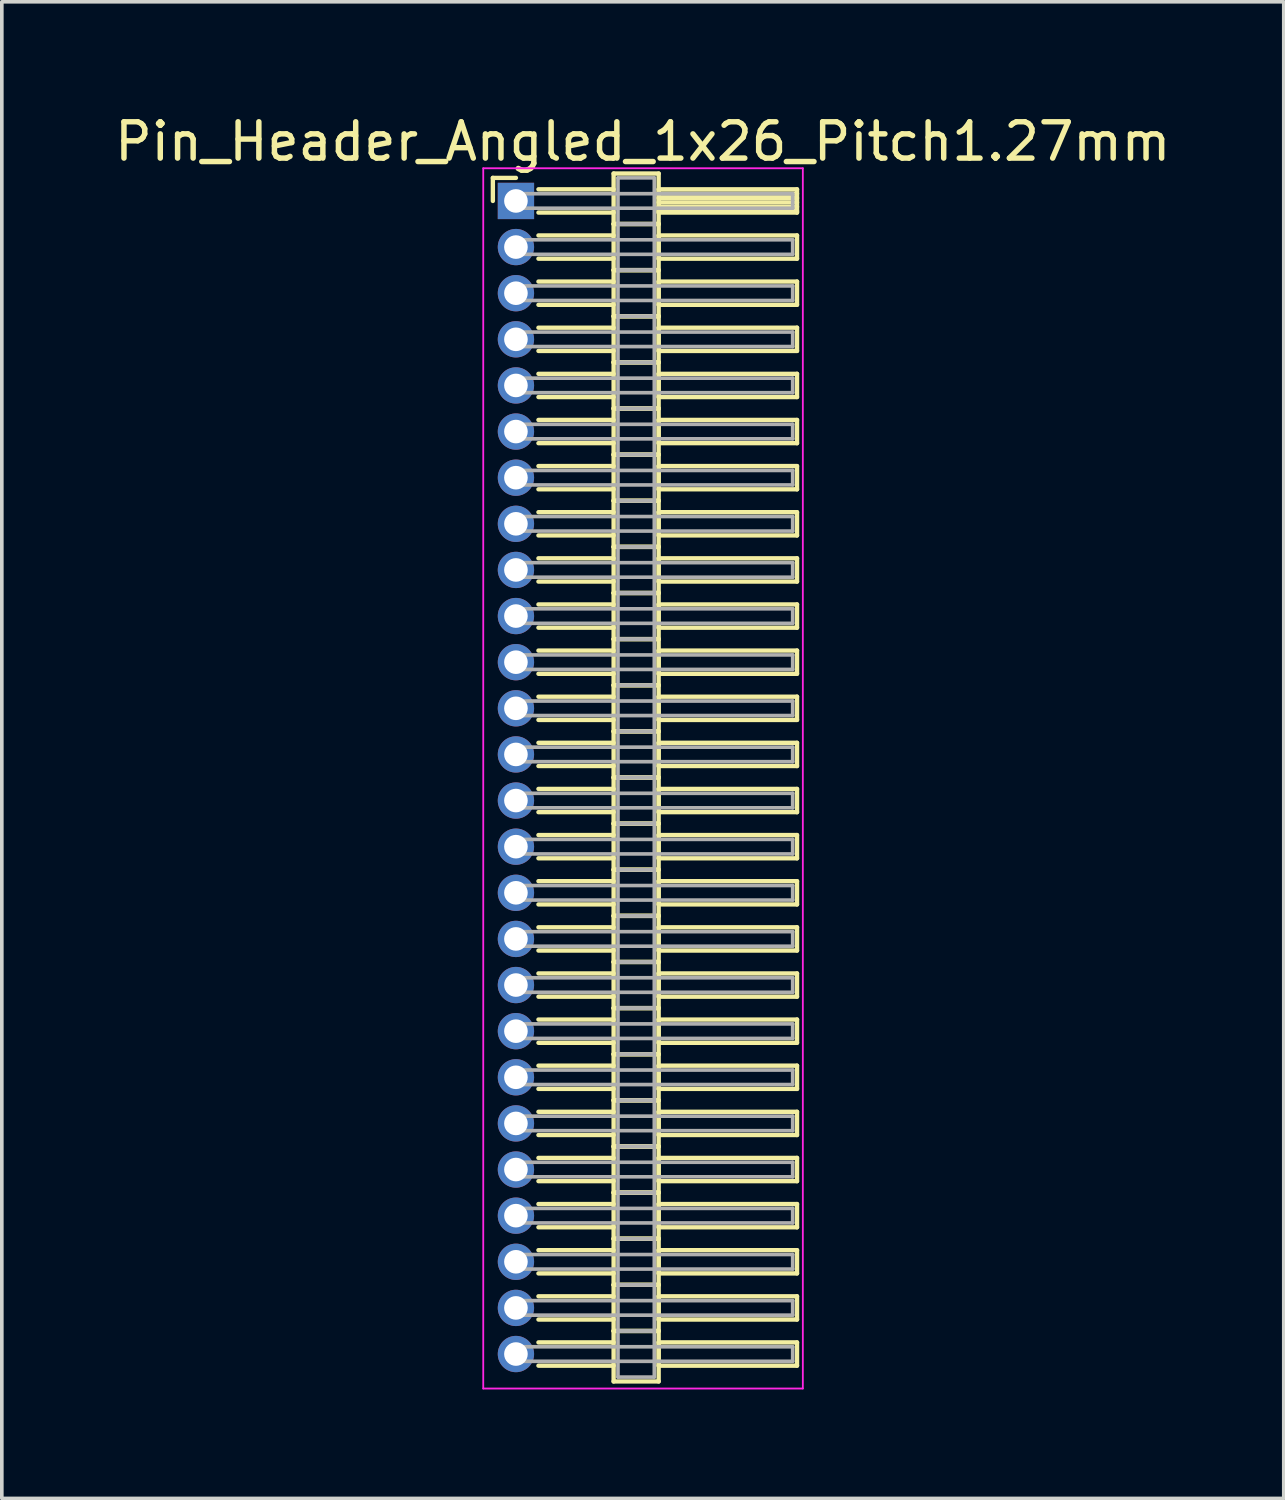
<source format=kicad_pcb>
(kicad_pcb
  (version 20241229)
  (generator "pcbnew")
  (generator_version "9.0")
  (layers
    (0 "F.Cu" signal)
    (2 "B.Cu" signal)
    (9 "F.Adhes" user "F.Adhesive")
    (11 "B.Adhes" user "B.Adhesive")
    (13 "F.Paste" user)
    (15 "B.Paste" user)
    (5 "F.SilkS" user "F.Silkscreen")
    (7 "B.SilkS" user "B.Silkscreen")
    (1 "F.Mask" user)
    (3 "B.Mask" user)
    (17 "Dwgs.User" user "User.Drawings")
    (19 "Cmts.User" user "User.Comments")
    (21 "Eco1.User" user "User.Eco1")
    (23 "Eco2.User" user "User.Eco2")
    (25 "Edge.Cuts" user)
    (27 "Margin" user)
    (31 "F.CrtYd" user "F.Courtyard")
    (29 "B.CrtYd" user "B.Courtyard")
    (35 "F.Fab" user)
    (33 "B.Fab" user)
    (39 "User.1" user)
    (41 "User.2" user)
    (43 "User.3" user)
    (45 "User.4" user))
  (footprint "Pin_Header_Angled_1x26_Pitch1.27mm"
    (layer "F.Cu")
    (at 11.156 2.483)
    (property "Reference" "Pin_Header_Angled_1x26_Pitch1.27mm" (at 3.493 -1.635 0) (layer "F.SilkS") (effects (font (size 1 1) (thickness 0.15))))
    (attr through_hole)
    (fp_line (start -0.635 -0.635) (end 0 -0.635) (stroke (width 0.12) (type solid)) (layer "F.SilkS"))
    (fp_line (start -0.635 0) (end -0.635 -0.635) (stroke (width 0.12) (type solid)) (layer "F.SilkS"))
    (fp_line (start 0.62 -0.32) (end 2.69 -0.32) (stroke (width 0.12) (type solid)) (layer "F.SilkS"))
    (fp_line (start 0.62 0.32) (end 2.69 0.32) (stroke (width 0.12) (type solid)) (layer "F.SilkS"))
    (fp_line (start 0.62 0.95) (end 2.69 0.95) (stroke (width 0.12) (type solid)) (layer "F.SilkS"))
    (fp_line (start 0.62 1.59) (end 2.69 1.59) (stroke (width 0.12) (type solid)) (layer "F.SilkS"))
    (fp_line (start 0.62 2.22) (end 2.69 2.22) (stroke (width 0.12) (type solid)) (layer "F.SilkS"))
    (fp_line (start 0.62 2.86) (end 2.69 2.86) (stroke (width 0.12) (type solid)) (layer "F.SilkS"))
    (fp_line (start 0.62 3.49) (end 2.69 3.49) (stroke (width 0.12) (type solid)) (layer "F.SilkS"))
    (fp_line (start 0.62 4.13) (end 2.69 4.13) (stroke (width 0.12) (type solid)) (layer "F.SilkS"))
    (fp_line (start 0.62 4.76) (end 2.69 4.76) (stroke (width 0.12) (type solid)) (layer "F.SilkS"))
    (fp_line (start 0.62 5.4) (end 2.69 5.4) (stroke (width 0.12) (type solid)) (layer "F.SilkS"))
    (fp_line (start 0.62 6.03) (end 2.69 6.03) (stroke (width 0.12) (type solid)) (layer "F.SilkS"))
    (fp_line (start 0.62 6.67) (end 2.69 6.67) (stroke (width 0.12) (type solid)) (layer "F.SilkS"))
    (fp_line (start 0.62 7.3) (end 2.69 7.3) (stroke (width 0.12) (type solid)) (layer "F.SilkS"))
    (fp_line (start 0.62 7.94) (end 2.69 7.94) (stroke (width 0.12) (type solid)) (layer "F.SilkS"))
    (fp_line (start 0.62 8.57) (end 2.69 8.57) (stroke (width 0.12) (type solid)) (layer "F.SilkS"))
    (fp_line (start 0.62 9.21) (end 2.69 9.21) (stroke (width 0.12) (type solid)) (layer "F.SilkS"))
    (fp_line (start 0.62 9.84) (end 2.69 9.84) (stroke (width 0.12) (type solid)) (layer "F.SilkS"))
    (fp_line (start 0.62 10.48) (end 2.69 10.48) (stroke (width 0.12) (type solid)) (layer "F.SilkS"))
    (fp_line (start 0.62 11.11) (end 2.69 11.11) (stroke (width 0.12) (type solid)) (layer "F.SilkS"))
    (fp_line (start 0.62 11.75) (end 2.69 11.75) (stroke (width 0.12) (type solid)) (layer "F.SilkS"))
    (fp_line (start 0.62 12.38) (end 2.69 12.38) (stroke (width 0.12) (type solid)) (layer "F.SilkS"))
    (fp_line (start 0.62 13.02) (end 2.69 13.02) (stroke (width 0.12) (type solid)) (layer "F.SilkS"))
    (fp_line (start 0.62 13.65) (end 2.69 13.65) (stroke (width 0.12) (type solid)) (layer "F.SilkS"))
    (fp_line (start 0.62 14.29) (end 2.69 14.29) (stroke (width 0.12) (type solid)) (layer "F.SilkS"))
    (fp_line (start 0.62 14.92) (end 2.69 14.92) (stroke (width 0.12) (type solid)) (layer "F.SilkS"))
    (fp_line (start 0.62 15.56) (end 2.69 15.56) (stroke (width 0.12) (type solid)) (layer "F.SilkS"))
    (fp_line (start 0.62 16.19) (end 2.69 16.19) (stroke (width 0.12) (type solid)) (layer "F.SilkS"))
    (fp_line (start 0.62 16.83) (end 2.69 16.83) (stroke (width 0.12) (type solid)) (layer "F.SilkS"))
    (fp_line (start 0.62 17.46) (end 2.69 17.46) (stroke (width 0.12) (type solid)) (layer "F.SilkS"))
    (fp_line (start 0.62 18.1) (end 2.69 18.1) (stroke (width 0.12) (type solid)) (layer "F.SilkS"))
    (fp_line (start 0.62 18.73) (end 2.69 18.73) (stroke (width 0.12) (type solid)) (layer "F.SilkS"))
    (fp_line (start 0.62 19.37) (end 2.69 19.37) (stroke (width 0.12) (type solid)) (layer "F.SilkS"))
    (fp_line (start 0.62 20) (end 2.69 20) (stroke (width 0.12) (type solid)) (layer "F.SilkS"))
    (fp_line (start 0.62 20.64) (end 2.69 20.64) (stroke (width 0.12) (type solid)) (layer "F.SilkS"))
    (fp_line (start 0.62 21.27) (end 2.69 21.27) (stroke (width 0.12) (type solid)) (layer "F.SilkS"))
    (fp_line (start 0.62 21.91) (end 2.69 21.91) (stroke (width 0.12) (type solid)) (layer "F.SilkS"))
    (fp_line (start 0.62 22.54) (end 2.69 22.54) (stroke (width 0.12) (type solid)) (layer "F.SilkS"))
    (fp_line (start 0.62 23.18) (end 2.69 23.18) (stroke (width 0.12) (type solid)) (layer "F.SilkS"))
    (fp_line (start 0.62 23.81) (end 2.69 23.81) (stroke (width 0.12) (type solid)) (layer "F.SilkS"))
    (fp_line (start 0.62 24.45) (end 2.69 24.45) (stroke (width 0.12) (type solid)) (layer "F.SilkS"))
    (fp_line (start 0.62 25.08) (end 2.69 25.08) (stroke (width 0.12) (type solid)) (layer "F.SilkS"))
    (fp_line (start 0.62 25.72) (end 2.69 25.72) (stroke (width 0.12) (type solid)) (layer "F.SilkS"))
    (fp_line (start 0.62 26.35) (end 2.69 26.35) (stroke (width 0.12) (type solid)) (layer "F.SilkS"))
    (fp_line (start 0.62 26.99) (end 2.69 26.99) (stroke (width 0.12) (type solid)) (layer "F.SilkS"))
    (fp_line (start 0.62 27.62) (end 2.69 27.62) (stroke (width 0.12) (type solid)) (layer "F.SilkS"))
    (fp_line (start 0.62 28.26) (end 2.69 28.26) (stroke (width 0.12) (type solid)) (layer "F.SilkS"))
    (fp_line (start 0.62 28.89) (end 2.69 28.89) (stroke (width 0.12) (type solid)) (layer "F.SilkS"))
    (fp_line (start 0.62 29.53) (end 2.69 29.53) (stroke (width 0.12) (type solid)) (layer "F.SilkS"))
    (fp_line (start 0.62 30.16) (end 2.69 30.16) (stroke (width 0.12) (type solid)) (layer "F.SilkS"))
    (fp_line (start 0.62 30.8) (end 2.69 30.8) (stroke (width 0.12) (type solid)) (layer "F.SilkS"))
    (fp_line (start 0.62 31.43) (end 2.69 31.43) (stroke (width 0.12) (type solid)) (layer "F.SilkS"))
    (fp_line (start 0.62 32.07) (end 2.69 32.07) (stroke (width 0.12) (type solid)) (layer "F.SilkS"))
    (fp_line (start 2.69 -0.755) (end 2.69 0.635) (stroke (width 0.12) (type solid)) (layer "F.SilkS"))
    (fp_line (start 2.69 0.635) (end 2.69 1.905) (stroke (width 0.12) (type solid)) (layer "F.SilkS"))
    (fp_line (start 2.69 0.635) (end 3.93 0.635) (stroke (width 0.12) (type solid)) (layer "F.SilkS"))
    (fp_line (start 2.69 1.905) (end 2.69 3.175) (stroke (width 0.12) (type solid)) (layer "F.SilkS"))
    (fp_line (start 2.69 1.905) (end 3.93 1.905) (stroke (width 0.12) (type solid)) (layer "F.SilkS"))
    (fp_line (start 2.69 3.175) (end 2.69 4.445) (stroke (width 0.12) (type solid)) (layer "F.SilkS"))
    (fp_line (start 2.69 3.175) (end 3.93 3.175) (stroke (width 0.12) (type solid)) (layer "F.SilkS"))
    (fp_line (start 2.69 4.445) (end 2.69 5.715) (stroke (width 0.12) (type solid)) (layer "F.SilkS"))
    (fp_line (start 2.69 4.445) (end 3.93 4.445) (stroke (width 0.12) (type solid)) (layer "F.SilkS"))
    (fp_line (start 2.69 5.715) (end 2.69 6.985) (stroke (width 0.12) (type solid)) (layer "F.SilkS"))
    (fp_line (start 2.69 5.715) (end 3.93 5.715) (stroke (width 0.12) (type solid)) (layer "F.SilkS"))
    (fp_line (start 2.69 6.985) (end 2.69 8.255) (stroke (width 0.12) (type solid)) (layer "F.SilkS"))
    (fp_line (start 2.69 6.985) (end 3.93 6.985) (stroke (width 0.12) (type solid)) (layer "F.SilkS"))
    (fp_line (start 2.69 8.255) (end 2.69 9.525) (stroke (width 0.12) (type solid)) (layer "F.SilkS"))
    (fp_line (start 2.69 8.255) (end 3.93 8.255) (stroke (width 0.12) (type solid)) (layer "F.SilkS"))
    (fp_line (start 2.69 9.525) (end 2.69 10.795) (stroke (width 0.12) (type solid)) (layer "F.SilkS"))
    (fp_line (start 2.69 9.525) (end 3.93 9.525) (stroke (width 0.12) (type solid)) (layer "F.SilkS"))
    (fp_line (start 2.69 10.795) (end 2.69 12.065) (stroke (width 0.12) (type solid)) (layer "F.SilkS"))
    (fp_line (start 2.69 10.795) (end 3.93 10.795) (stroke (width 0.12) (type solid)) (layer "F.SilkS"))
    (fp_line (start 2.69 12.065) (end 2.69 13.335) (stroke (width 0.12) (type solid)) (layer "F.SilkS"))
    (fp_line (start 2.69 12.065) (end 3.93 12.065) (stroke (width 0.12) (type solid)) (layer "F.SilkS"))
    (fp_line (start 2.69 13.335) (end 2.69 14.605) (stroke (width 0.12) (type solid)) (layer "F.SilkS"))
    (fp_line (start 2.69 13.335) (end 3.93 13.335) (stroke (width 0.12) (type solid)) (layer "F.SilkS"))
    (fp_line (start 2.69 14.605) (end 2.69 15.875) (stroke (width 0.12) (type solid)) (layer "F.SilkS"))
    (fp_line (start 2.69 14.605) (end 3.93 14.605) (stroke (width 0.12) (type solid)) (layer "F.SilkS"))
    (fp_line (start 2.69 15.875) (end 2.69 17.145) (stroke (width 0.12) (type solid)) (layer "F.SilkS"))
    (fp_line (start 2.69 15.875) (end 3.93 15.875) (stroke (width 0.12) (type solid)) (layer "F.SilkS"))
    (fp_line (start 2.69 17.145) (end 2.69 18.415) (stroke (width 0.12) (type solid)) (layer "F.SilkS"))
    (fp_line (start 2.69 17.145) (end 3.93 17.145) (stroke (width 0.12) (type solid)) (layer "F.SilkS"))
    (fp_line (start 2.69 18.415) (end 2.69 19.685) (stroke (width 0.12) (type solid)) (layer "F.SilkS"))
    (fp_line (start 2.69 18.415) (end 3.93 18.415) (stroke (width 0.12) (type solid)) (layer "F.SilkS"))
    (fp_line (start 2.69 19.685) (end 2.69 20.955) (stroke (width 0.12) (type solid)) (layer "F.SilkS"))
    (fp_line (start 2.69 19.685) (end 3.93 19.685) (stroke (width 0.12) (type solid)) (layer "F.SilkS"))
    (fp_line (start 2.69 20.955) (end 2.69 22.225) (stroke (width 0.12) (type solid)) (layer "F.SilkS"))
    (fp_line (start 2.69 20.955) (end 3.93 20.955) (stroke (width 0.12) (type solid)) (layer "F.SilkS"))
    (fp_line (start 2.69 22.225) (end 2.69 23.495) (stroke (width 0.12) (type solid)) (layer "F.SilkS"))
    (fp_line (start 2.69 22.225) (end 3.93 22.225) (stroke (width 0.12) (type solid)) (layer "F.SilkS"))
    (fp_line (start 2.69 23.495) (end 2.69 24.765) (stroke (width 0.12) (type solid)) (layer "F.SilkS"))
    (fp_line (start 2.69 23.495) (end 3.93 23.495) (stroke (width 0.12) (type solid)) (layer "F.SilkS"))
    (fp_line (start 2.69 24.765) (end 2.69 26.035) (stroke (width 0.12) (type solid)) (layer "F.SilkS"))
    (fp_line (start 2.69 24.765) (end 3.93 24.765) (stroke (width 0.12) (type solid)) (layer "F.SilkS"))
    (fp_line (start 2.69 26.035) (end 2.69 27.305) (stroke (width 0.12) (type solid)) (layer "F.SilkS"))
    (fp_line (start 2.69 26.035) (end 3.93 26.035) (stroke (width 0.12) (type solid)) (layer "F.SilkS"))
    (fp_line (start 2.69 27.305) (end 2.69 28.575) (stroke (width 0.12) (type solid)) (layer "F.SilkS"))
    (fp_line (start 2.69 27.305) (end 3.93 27.305) (stroke (width 0.12) (type solid)) (layer "F.SilkS"))
    (fp_line (start 2.69 28.575) (end 2.69 29.845) (stroke (width 0.12) (type solid)) (layer "F.SilkS"))
    (fp_line (start 2.69 28.575) (end 3.93 28.575) (stroke (width 0.12) (type solid)) (layer "F.SilkS"))
    (fp_line (start 2.69 29.845) (end 2.69 31.115) (stroke (width 0.12) (type solid)) (layer "F.SilkS"))
    (fp_line (start 2.69 29.845) (end 3.93 29.845) (stroke (width 0.12) (type solid)) (layer "F.SilkS"))
    (fp_line (start 2.69 31.115) (end 2.69 32.505) (stroke (width 0.12) (type solid)) (layer "F.SilkS"))
    (fp_line (start 2.69 31.115) (end 3.93 31.115) (stroke (width 0.12) (type solid)) (layer "F.SilkS"))
    (fp_line (start 2.69 32.505) (end 3.93 32.505) (stroke (width 0.12) (type solid)) (layer "F.SilkS"))
    (fp_line (start 3.93 -0.755) (end 2.69 -0.755) (stroke (width 0.12) (type solid)) (layer "F.SilkS"))
    (fp_line (start 3.93 -0.32) (end 3.93 0.32) (stroke (width 0.12) (type solid)) (layer "F.SilkS"))
    (fp_line (start 3.93 -0.2) (end 7.74 -0.2) (stroke (width 0.12) (type solid)) (layer "F.SilkS"))
    (fp_line (start 3.93 -0.08) (end 7.74 -0.08) (stroke (width 0.12) (type solid)) (layer "F.SilkS"))
    (fp_line (start 3.93 0.04) (end 7.74 0.04) (stroke (width 0.12) (type solid)) (layer "F.SilkS"))
    (fp_line (start 3.93 0.16) (end 7.74 0.16) (stroke (width 0.12) (type solid)) (layer "F.SilkS"))
    (fp_line (start 3.93 0.28) (end 7.74 0.28) (stroke (width 0.12) (type solid)) (layer "F.SilkS"))
    (fp_line (start 3.93 0.32) (end 7.74 0.32) (stroke (width 0.12) (type solid)) (layer "F.SilkS"))
    (fp_line (start 3.93 0.635) (end 2.69 0.635) (stroke (width 0.12) (type solid)) (layer "F.SilkS"))
    (fp_line (start 3.93 0.635) (end 3.93 -0.755) (stroke (width 0.12) (type solid)) (layer "F.SilkS"))
    (fp_line (start 3.93 0.95) (end 3.93 1.59) (stroke (width 0.12) (type solid)) (layer "F.SilkS"))
    (fp_line (start 3.93 1.59) (end 7.74 1.59) (stroke (width 0.12) (type solid)) (layer "F.SilkS"))
    (fp_line (start 3.93 1.905) (end 2.69 1.905) (stroke (width 0.12) (type solid)) (layer "F.SilkS"))
    (fp_line (start 3.93 1.905) (end 3.93 0.635) (stroke (width 0.12) (type solid)) (layer "F.SilkS"))
    (fp_line (start 3.93 2.22) (end 3.93 2.86) (stroke (width 0.12) (type solid)) (layer "F.SilkS"))
    (fp_line (start 3.93 2.86) (end 7.74 2.86) (stroke (width 0.12) (type solid)) (layer "F.SilkS"))
    (fp_line (start 3.93 3.175) (end 2.69 3.175) (stroke (width 0.12) (type solid)) (layer "F.SilkS"))
    (fp_line (start 3.93 3.175) (end 3.93 1.905) (stroke (width 0.12) (type solid)) (layer "F.SilkS"))
    (fp_line (start 3.93 3.49) (end 3.93 4.13) (stroke (width 0.12) (type solid)) (layer "F.SilkS"))
    (fp_line (start 3.93 4.13) (end 7.74 4.13) (stroke (width 0.12) (type solid)) (layer "F.SilkS"))
    (fp_line (start 3.93 4.445) (end 2.69 4.445) (stroke (width 0.12) (type solid)) (layer "F.SilkS"))
    (fp_line (start 3.93 4.445) (end 3.93 3.175) (stroke (width 0.12) (type solid)) (layer "F.SilkS"))
    (fp_line (start 3.93 4.76) (end 3.93 5.4) (stroke (width 0.12) (type solid)) (layer "F.SilkS"))
    (fp_line (start 3.93 5.4) (end 7.74 5.4) (stroke (width 0.12) (type solid)) (layer "F.SilkS"))
    (fp_line (start 3.93 5.715) (end 2.69 5.715) (stroke (width 0.12) (type solid)) (layer "F.SilkS"))
    (fp_line (start 3.93 5.715) (end 3.93 4.445) (stroke (width 0.12) (type solid)) (layer "F.SilkS"))
    (fp_line (start 3.93 6.03) (end 3.93 6.67) (stroke (width 0.12) (type solid)) (layer "F.SilkS"))
    (fp_line (start 3.93 6.67) (end 7.74 6.67) (stroke (width 0.12) (type solid)) (layer "F.SilkS"))
    (fp_line (start 3.93 6.985) (end 2.69 6.985) (stroke (width 0.12) (type solid)) (layer "F.SilkS"))
    (fp_line (start 3.93 6.985) (end 3.93 5.715) (stroke (width 0.12) (type solid)) (layer "F.SilkS"))
    (fp_line (start 3.93 7.3) (end 3.93 7.94) (stroke (width 0.12) (type solid)) (layer "F.SilkS"))
    (fp_line (start 3.93 7.94) (end 7.74 7.94) (stroke (width 0.12) (type solid)) (layer "F.SilkS"))
    (fp_line (start 3.93 8.255) (end 2.69 8.255) (stroke (width 0.12) (type solid)) (layer "F.SilkS"))
    (fp_line (start 3.93 8.255) (end 3.93 6.985) (stroke (width 0.12) (type solid)) (layer "F.SilkS"))
    (fp_line (start 3.93 8.57) (end 3.93 9.21) (stroke (width 0.12) (type solid)) (layer "F.SilkS"))
    (fp_line (start 3.93 9.21) (end 7.74 9.21) (stroke (width 0.12) (type solid)) (layer "F.SilkS"))
    (fp_line (start 3.93 9.525) (end 2.69 9.525) (stroke (width 0.12) (type solid)) (layer "F.SilkS"))
    (fp_line (start 3.93 9.525) (end 3.93 8.255) (stroke (width 0.12) (type solid)) (layer "F.SilkS"))
    (fp_line (start 3.93 9.84) (end 3.93 10.48) (stroke (width 0.12) (type solid)) (layer "F.SilkS"))
    (fp_line (start 3.93 10.48) (end 7.74 10.48) (stroke (width 0.12) (type solid)) (layer "F.SilkS"))
    (fp_line (start 3.93 10.795) (end 2.69 10.795) (stroke (width 0.12) (type solid)) (layer "F.SilkS"))
    (fp_line (start 3.93 10.795) (end 3.93 9.525) (stroke (width 0.12) (type solid)) (layer "F.SilkS"))
    (fp_line (start 3.93 11.11) (end 3.93 11.75) (stroke (width 0.12) (type solid)) (layer "F.SilkS"))
    (fp_line (start 3.93 11.75) (end 7.74 11.75) (stroke (width 0.12) (type solid)) (layer "F.SilkS"))
    (fp_line (start 3.93 12.065) (end 2.69 12.065) (stroke (width 0.12) (type solid)) (layer "F.SilkS"))
    (fp_line (start 3.93 12.065) (end 3.93 10.795) (stroke (width 0.12) (type solid)) (layer "F.SilkS"))
    (fp_line (start 3.93 12.38) (end 3.93 13.02) (stroke (width 0.12) (type solid)) (layer "F.SilkS"))
    (fp_line (start 3.93 13.02) (end 7.74 13.02) (stroke (width 0.12) (type solid)) (layer "F.SilkS"))
    (fp_line (start 3.93 13.335) (end 2.69 13.335) (stroke (width 0.12) (type solid)) (layer "F.SilkS"))
    (fp_line (start 3.93 13.335) (end 3.93 12.065) (stroke (width 0.12) (type solid)) (layer "F.SilkS"))
    (fp_line (start 3.93 13.65) (end 3.93 14.29) (stroke (width 0.12) (type solid)) (layer "F.SilkS"))
    (fp_line (start 3.93 14.29) (end 7.74 14.29) (stroke (width 0.12) (type solid)) (layer "F.SilkS"))
    (fp_line (start 3.93 14.605) (end 2.69 14.605) (stroke (width 0.12) (type solid)) (layer "F.SilkS"))
    (fp_line (start 3.93 14.605) (end 3.93 13.335) (stroke (width 0.12) (type solid)) (layer "F.SilkS"))
    (fp_line (start 3.93 14.92) (end 3.93 15.56) (stroke (width 0.12) (type solid)) (layer "F.SilkS"))
    (fp_line (start 3.93 15.56) (end 7.74 15.56) (stroke (width 0.12) (type solid)) (layer "F.SilkS"))
    (fp_line (start 3.93 15.875) (end 2.69 15.875) (stroke (width 0.12) (type solid)) (layer "F.SilkS"))
    (fp_line (start 3.93 15.875) (end 3.93 14.605) (stroke (width 0.12) (type solid)) (layer "F.SilkS"))
    (fp_line (start 3.93 16.19) (end 3.93 16.83) (stroke (width 0.12) (type solid)) (layer "F.SilkS"))
    (fp_line (start 3.93 16.83) (end 7.74 16.83) (stroke (width 0.12) (type solid)) (layer "F.SilkS"))
    (fp_line (start 3.93 17.145) (end 2.69 17.145) (stroke (width 0.12) (type solid)) (layer "F.SilkS"))
    (fp_line (start 3.93 17.145) (end 3.93 15.875) (stroke (width 0.12) (type solid)) (layer "F.SilkS"))
    (fp_line (start 3.93 17.46) (end 3.93 18.1) (stroke (width 0.12) (type solid)) (layer "F.SilkS"))
    (fp_line (start 3.93 18.1) (end 7.74 18.1) (stroke (width 0.12) (type solid)) (layer "F.SilkS"))
    (fp_line (start 3.93 18.415) (end 2.69 18.415) (stroke (width 0.12) (type solid)) (layer "F.SilkS"))
    (fp_line (start 3.93 18.415) (end 3.93 17.145) (stroke (width 0.12) (type solid)) (layer "F.SilkS"))
    (fp_line (start 3.93 18.73) (end 3.93 19.37) (stroke (width 0.12) (type solid)) (layer "F.SilkS"))
    (fp_line (start 3.93 19.37) (end 7.74 19.37) (stroke (width 0.12) (type solid)) (layer "F.SilkS"))
    (fp_line (start 3.93 19.685) (end 2.69 19.685) (stroke (width 0.12) (type solid)) (layer "F.SilkS"))
    (fp_line (start 3.93 19.685) (end 3.93 18.415) (stroke (width 0.12) (type solid)) (layer "F.SilkS"))
    (fp_line (start 3.93 20) (end 3.93 20.64) (stroke (width 0.12) (type solid)) (layer "F.SilkS"))
    (fp_line (start 3.93 20.64) (end 7.74 20.64) (stroke (width 0.12) (type solid)) (layer "F.SilkS"))
    (fp_line (start 3.93 20.955) (end 2.69 20.955) (stroke (width 0.12) (type solid)) (layer "F.SilkS"))
    (fp_line (start 3.93 20.955) (end 3.93 19.685) (stroke (width 0.12) (type solid)) (layer "F.SilkS"))
    (fp_line (start 3.93 21.27) (end 3.93 21.91) (stroke (width 0.12) (type solid)) (layer "F.SilkS"))
    (fp_line (start 3.93 21.91) (end 7.74 21.91) (stroke (width 0.12) (type solid)) (layer "F.SilkS"))
    (fp_line (start 3.93 22.225) (end 2.69 22.225) (stroke (width 0.12) (type solid)) (layer "F.SilkS"))
    (fp_line (start 3.93 22.225) (end 3.93 20.955) (stroke (width 0.12) (type solid)) (layer "F.SilkS"))
    (fp_line (start 3.93 22.54) (end 3.93 23.18) (stroke (width 0.12) (type solid)) (layer "F.SilkS"))
    (fp_line (start 3.93 23.18) (end 7.74 23.18) (stroke (width 0.12) (type solid)) (layer "F.SilkS"))
    (fp_line (start 3.93 23.495) (end 2.69 23.495) (stroke (width 0.12) (type solid)) (layer "F.SilkS"))
    (fp_line (start 3.93 23.495) (end 3.93 22.225) (stroke (width 0.12) (type solid)) (layer "F.SilkS"))
    (fp_line (start 3.93 23.81) (end 3.93 24.45) (stroke (width 0.12) (type solid)) (layer "F.SilkS"))
    (fp_line (start 3.93 24.45) (end 7.74 24.45) (stroke (width 0.12) (type solid)) (layer "F.SilkS"))
    (fp_line (start 3.93 24.765) (end 2.69 24.765) (stroke (width 0.12) (type solid)) (layer "F.SilkS"))
    (fp_line (start 3.93 24.765) (end 3.93 23.495) (stroke (width 0.12) (type solid)) (layer "F.SilkS"))
    (fp_line (start 3.93 25.08) (end 3.93 25.72) (stroke (width 0.12) (type solid)) (layer "F.SilkS"))
    (fp_line (start 3.93 25.72) (end 7.74 25.72) (stroke (width 0.12) (type solid)) (layer "F.SilkS"))
    (fp_line (start 3.93 26.035) (end 2.69 26.035) (stroke (width 0.12) (type solid)) (layer "F.SilkS"))
    (fp_line (start 3.93 26.035) (end 3.93 24.765) (stroke (width 0.12) (type solid)) (layer "F.SilkS"))
    (fp_line (start 3.93 26.35) (end 3.93 26.99) (stroke (width 0.12) (type solid)) (layer "F.SilkS"))
    (fp_line (start 3.93 26.99) (end 7.74 26.99) (stroke (width 0.12) (type solid)) (layer "F.SilkS"))
    (fp_line (start 3.93 27.305) (end 2.69 27.305) (stroke (width 0.12) (type solid)) (layer "F.SilkS"))
    (fp_line (start 3.93 27.305) (end 3.93 26.035) (stroke (width 0.12) (type solid)) (layer "F.SilkS"))
    (fp_line (start 3.93 27.62) (end 3.93 28.26) (stroke (width 0.12) (type solid)) (layer "F.SilkS"))
    (fp_line (start 3.93 28.26) (end 7.74 28.26) (stroke (width 0.12) (type solid)) (layer "F.SilkS"))
    (fp_line (start 3.93 28.575) (end 2.69 28.575) (stroke (width 0.12) (type solid)) (layer "F.SilkS"))
    (fp_line (start 3.93 28.575) (end 3.93 27.305) (stroke (width 0.12) (type solid)) (layer "F.SilkS"))
    (fp_line (start 3.93 28.89) (end 3.93 29.53) (stroke (width 0.12) (type solid)) (layer "F.SilkS"))
    (fp_line (start 3.93 29.53) (end 7.74 29.53) (stroke (width 0.12) (type solid)) (layer "F.SilkS"))
    (fp_line (start 3.93 29.845) (end 2.69 29.845) (stroke (width 0.12) (type solid)) (layer "F.SilkS"))
    (fp_line (start 3.93 29.845) (end 3.93 28.575) (stroke (width 0.12) (type solid)) (layer "F.SilkS"))
    (fp_line (start 3.93 30.16) (end 3.93 30.8) (stroke (width 0.12) (type solid)) (layer "F.SilkS"))
    (fp_line (start 3.93 30.8) (end 7.74 30.8) (stroke (width 0.12) (type solid)) (layer "F.SilkS"))
    (fp_line (start 3.93 31.115) (end 2.69 31.115) (stroke (width 0.12) (type solid)) (layer "F.SilkS"))
    (fp_line (start 3.93 31.115) (end 3.93 29.845) (stroke (width 0.12) (type solid)) (layer "F.SilkS"))
    (fp_line (start 3.93 31.43) (end 3.93 32.07) (stroke (width 0.12) (type solid)) (layer "F.SilkS"))
    (fp_line (start 3.93 32.07) (end 7.74 32.07) (stroke (width 0.12) (type solid)) (layer "F.SilkS"))
    (fp_line (start 3.93 32.505) (end 3.93 31.115) (stroke (width 0.12) (type solid)) (layer "F.SilkS"))
    (fp_line (start 7.74 -0.32) (end 3.93 -0.32) (stroke (width 0.12) (type solid)) (layer "F.SilkS"))
    (fp_line (start 7.74 0.32) (end 7.74 -0.32) (stroke (width 0.12) (type solid)) (layer "F.SilkS"))
    (fp_line (start 7.74 0.95) (end 3.93 0.95) (stroke (width 0.12) (type solid)) (layer "F.SilkS"))
    (fp_line (start 7.74 1.59) (end 7.74 0.95) (stroke (width 0.12) (type solid)) (layer "F.SilkS"))
    (fp_line (start 7.74 2.22) (end 3.93 2.22) (stroke (width 0.12) (type solid)) (layer "F.SilkS"))
    (fp_line (start 7.74 2.86) (end 7.74 2.22) (stroke (width 0.12) (type solid)) (layer "F.SilkS"))
    (fp_line (start 7.74 3.49) (end 3.93 3.49) (stroke (width 0.12) (type solid)) (layer "F.SilkS"))
    (fp_line (start 7.74 4.13) (end 7.74 3.49) (stroke (width 0.12) (type solid)) (layer "F.SilkS"))
    (fp_line (start 7.74 4.76) (end 3.93 4.76) (stroke (width 0.12) (type solid)) (layer "F.SilkS"))
    (fp_line (start 7.74 5.4) (end 7.74 4.76) (stroke (width 0.12) (type solid)) (layer "F.SilkS"))
    (fp_line (start 7.74 6.03) (end 3.93 6.03) (stroke (width 0.12) (type solid)) (layer "F.SilkS"))
    (fp_line (start 7.74 6.67) (end 7.74 6.03) (stroke (width 0.12) (type solid)) (layer "F.SilkS"))
    (fp_line (start 7.74 7.3) (end 3.93 7.3) (stroke (width 0.12) (type solid)) (layer "F.SilkS"))
    (fp_line (start 7.74 7.94) (end 7.74 7.3) (stroke (width 0.12) (type solid)) (layer "F.SilkS"))
    (fp_line (start 7.74 8.57) (end 3.93 8.57) (stroke (width 0.12) (type solid)) (layer "F.SilkS"))
    (fp_line (start 7.74 9.21) (end 7.74 8.57) (stroke (width 0.12) (type solid)) (layer "F.SilkS"))
    (fp_line (start 7.74 9.84) (end 3.93 9.84) (stroke (width 0.12) (type solid)) (layer "F.SilkS"))
    (fp_line (start 7.74 10.48) (end 7.74 9.84) (stroke (width 0.12) (type solid)) (layer "F.SilkS"))
    (fp_line (start 7.74 11.11) (end 3.93 11.11) (stroke (width 0.12) (type solid)) (layer "F.SilkS"))
    (fp_line (start 7.74 11.75) (end 7.74 11.11) (stroke (width 0.12) (type solid)) (layer "F.SilkS"))
    (fp_line (start 7.74 12.38) (end 3.93 12.38) (stroke (width 0.12) (type solid)) (layer "F.SilkS"))
    (fp_line (start 7.74 13.02) (end 7.74 12.38) (stroke (width 0.12) (type solid)) (layer "F.SilkS"))
    (fp_line (start 7.74 13.65) (end 3.93 13.65) (stroke (width 0.12) (type solid)) (layer "F.SilkS"))
    (fp_line (start 7.74 14.29) (end 7.74 13.65) (stroke (width 0.12) (type solid)) (layer "F.SilkS"))
    (fp_line (start 7.74 14.92) (end 3.93 14.92) (stroke (width 0.12) (type solid)) (layer "F.SilkS"))
    (fp_line (start 7.74 15.56) (end 7.74 14.92) (stroke (width 0.12) (type solid)) (layer "F.SilkS"))
    (fp_line (start 7.74 16.19) (end 3.93 16.19) (stroke (width 0.12) (type solid)) (layer "F.SilkS"))
    (fp_line (start 7.74 16.83) (end 7.74 16.19) (stroke (width 0.12) (type solid)) (layer "F.SilkS"))
    (fp_line (start 7.74 17.46) (end 3.93 17.46) (stroke (width 0.12) (type solid)) (layer "F.SilkS"))
    (fp_line (start 7.74 18.1) (end 7.74 17.46) (stroke (width 0.12) (type solid)) (layer "F.SilkS"))
    (fp_line (start 7.74 18.73) (end 3.93 18.73) (stroke (width 0.12) (type solid)) (layer "F.SilkS"))
    (fp_line (start 7.74 19.37) (end 7.74 18.73) (stroke (width 0.12) (type solid)) (layer "F.SilkS"))
    (fp_line (start 7.74 20) (end 3.93 20) (stroke (width 0.12) (type solid)) (layer "F.SilkS"))
    (fp_line (start 7.74 20.64) (end 7.74 20) (stroke (width 0.12) (type solid)) (layer "F.SilkS"))
    (fp_line (start 7.74 21.27) (end 3.93 21.27) (stroke (width 0.12) (type solid)) (layer "F.SilkS"))
    (fp_line (start 7.74 21.91) (end 7.74 21.27) (stroke (width 0.12) (type solid)) (layer "F.SilkS"))
    (fp_line (start 7.74 22.54) (end 3.93 22.54) (stroke (width 0.12) (type solid)) (layer "F.SilkS"))
    (fp_line (start 7.74 23.18) (end 7.74 22.54) (stroke (width 0.12) (type solid)) (layer "F.SilkS"))
    (fp_line (start 7.74 23.81) (end 3.93 23.81) (stroke (width 0.12) (type solid)) (layer "F.SilkS"))
    (fp_line (start 7.74 24.45) (end 7.74 23.81) (stroke (width 0.12) (type solid)) (layer "F.SilkS"))
    (fp_line (start 7.74 25.08) (end 3.93 25.08) (stroke (width 0.12) (type solid)) (layer "F.SilkS"))
    (fp_line (start 7.74 25.72) (end 7.74 25.08) (stroke (width 0.12) (type solid)) (layer "F.SilkS"))
    (fp_line (start 7.74 26.35) (end 3.93 26.35) (stroke (width 0.12) (type solid)) (layer "F.SilkS"))
    (fp_line (start 7.74 26.99) (end 7.74 26.35) (stroke (width 0.12) (type solid)) (layer "F.SilkS"))
    (fp_line (start 7.74 27.62) (end 3.93 27.62) (stroke (width 0.12) (type solid)) (layer "F.SilkS"))
    (fp_line (start 7.74 28.26) (end 7.74 27.62) (stroke (width 0.12) (type solid)) (layer "F.SilkS"))
    (fp_line (start 7.74 28.89) (end 3.93 28.89) (stroke (width 0.12) (type solid)) (layer "F.SilkS"))
    (fp_line (start 7.74 29.53) (end 7.74 28.89) (stroke (width 0.12) (type solid)) (layer "F.SilkS"))
    (fp_line (start 7.74 30.16) (end 3.93 30.16) (stroke (width 0.12) (type solid)) (layer "F.SilkS"))
    (fp_line (start 7.74 30.8) (end 7.74 30.16) (stroke (width 0.12) (type solid)) (layer "F.SilkS"))
    (fp_line (start 7.74 31.43) (end 3.93 31.43) (stroke (width 0.12) (type solid)) (layer "F.SilkS"))
    (fp_line (start 7.74 32.07) (end 7.74 31.43) (stroke (width 0.12) (type solid)) (layer "F.SilkS"))
    (fp_line (start -0.9 -0.9) (end -0.9 32.7) (stroke (width 0.05) (type solid)) (layer "F.CrtYd"))
    (fp_line (start -0.9 32.7) (end 7.9 32.7) (stroke (width 0.05) (type solid)) (layer "F.CrtYd"))
    (fp_line (start 7.9 -0.9) (end -0.9 -0.9) (stroke (width 0.05) (type solid)) (layer "F.CrtYd"))
    (fp_line (start 7.9 32.7) (end 7.9 -0.9) (stroke (width 0.05) (type solid)) (layer "F.CrtYd"))
    (fp_line (start 0 -0.2) (end 0 0.2) (stroke (width 0.1) (type solid)) (layer "F.Fab"))
    (fp_line (start 0 0.2) (end 7.62 0.2) (stroke (width 0.1) (type solid)) (layer "F.Fab"))
    (fp_line (start 0 1.07) (end 0 1.47) (stroke (width 0.1) (type solid)) (layer "F.Fab"))
    (fp_line (start 0 1.47) (end 7.62 1.47) (stroke (width 0.1) (type solid)) (layer "F.Fab"))
    (fp_line (start 0 2.34) (end 0 2.74) (stroke (width 0.1) (type solid)) (layer "F.Fab"))
    (fp_line (start 0 2.74) (end 7.62 2.74) (stroke (width 0.1) (type solid)) (layer "F.Fab"))
    (fp_line (start 0 3.61) (end 0 4.01) (stroke (width 0.1) (type solid)) (layer "F.Fab"))
    (fp_line (start 0 4.01) (end 7.62 4.01) (stroke (width 0.1) (type solid)) (layer "F.Fab"))
    (fp_line (start 0 4.88) (end 0 5.28) (stroke (width 0.1) (type solid)) (layer "F.Fab"))
    (fp_line (start 0 5.28) (end 7.62 5.28) (stroke (width 0.1) (type solid)) (layer "F.Fab"))
    (fp_line (start 0 6.15) (end 0 6.55) (stroke (width 0.1) (type solid)) (layer "F.Fab"))
    (fp_line (start 0 6.55) (end 7.62 6.55) (stroke (width 0.1) (type solid)) (layer "F.Fab"))
    (fp_line (start 0 7.42) (end 0 7.82) (stroke (width 0.1) (type solid)) (layer "F.Fab"))
    (fp_line (start 0 7.82) (end 7.62 7.82) (stroke (width 0.1) (type solid)) (layer "F.Fab"))
    (fp_line (start 0 8.69) (end 0 9.09) (stroke (width 0.1) (type solid)) (layer "F.Fab"))
    (fp_line (start 0 9.09) (end 7.62 9.09) (stroke (width 0.1) (type solid)) (layer "F.Fab"))
    (fp_line (start 0 9.96) (end 0 10.36) (stroke (width 0.1) (type solid)) (layer "F.Fab"))
    (fp_line (start 0 10.36) (end 7.62 10.36) (stroke (width 0.1) (type solid)) (layer "F.Fab"))
    (fp_line (start 0 11.23) (end 0 11.63) (stroke (width 0.1) (type solid)) (layer "F.Fab"))
    (fp_line (start 0 11.63) (end 7.62 11.63) (stroke (width 0.1) (type solid)) (layer "F.Fab"))
    (fp_line (start 0 12.5) (end 0 12.9) (stroke (width 0.1) (type solid)) (layer "F.Fab"))
    (fp_line (start 0 12.9) (end 7.62 12.9) (stroke (width 0.1) (type solid)) (layer "F.Fab"))
    (fp_line (start 0 13.77) (end 0 14.17) (stroke (width 0.1) (type solid)) (layer "F.Fab"))
    (fp_line (start 0 14.17) (end 7.62 14.17) (stroke (width 0.1) (type solid)) (layer "F.Fab"))
    (fp_line (start 0 15.04) (end 0 15.44) (stroke (width 0.1) (type solid)) (layer "F.Fab"))
    (fp_line (start 0 15.44) (end 7.62 15.44) (stroke (width 0.1) (type solid)) (layer "F.Fab"))
    (fp_line (start 0 16.31) (end 0 16.71) (stroke (width 0.1) (type solid)) (layer "F.Fab"))
    (fp_line (start 0 16.71) (end 7.62 16.71) (stroke (width 0.1) (type solid)) (layer "F.Fab"))
    (fp_line (start 0 17.58) (end 0 17.98) (stroke (width 0.1) (type solid)) (layer "F.Fab"))
    (fp_line (start 0 17.98) (end 7.62 17.98) (stroke (width 0.1) (type solid)) (layer "F.Fab"))
    (fp_line (start 0 18.85) (end 0 19.25) (stroke (width 0.1) (type solid)) (layer "F.Fab"))
    (fp_line (start 0 19.25) (end 7.62 19.25) (stroke (width 0.1) (type solid)) (layer "F.Fab"))
    (fp_line (start 0 20.12) (end 0 20.52) (stroke (width 0.1) (type solid)) (layer "F.Fab"))
    (fp_line (start 0 20.52) (end 7.62 20.52) (stroke (width 0.1) (type solid)) (layer "F.Fab"))
    (fp_line (start 0 21.39) (end 0 21.79) (stroke (width 0.1) (type solid)) (layer "F.Fab"))
    (fp_line (start 0 21.79) (end 7.62 21.79) (stroke (width 0.1) (type solid)) (layer "F.Fab"))
    (fp_line (start 0 22.66) (end 0 23.06) (stroke (width 0.1) (type solid)) (layer "F.Fab"))
    (fp_line (start 0 23.06) (end 7.62 23.06) (stroke (width 0.1) (type solid)) (layer "F.Fab"))
    (fp_line (start 0 23.93) (end 0 24.33) (stroke (width 0.1) (type solid)) (layer "F.Fab"))
    (fp_line (start 0 24.33) (end 7.62 24.33) (stroke (width 0.1) (type solid)) (layer "F.Fab"))
    (fp_line (start 0 25.2) (end 0 25.6) (stroke (width 0.1) (type solid)) (layer "F.Fab"))
    (fp_line (start 0 25.6) (end 7.62 25.6) (stroke (width 0.1) (type solid)) (layer "F.Fab"))
    (fp_line (start 0 26.47) (end 0 26.87) (stroke (width 0.1) (type solid)) (layer "F.Fab"))
    (fp_line (start 0 26.87) (end 7.62 26.87) (stroke (width 0.1) (type solid)) (layer "F.Fab"))
    (fp_line (start 0 27.74) (end 0 28.14) (stroke (width 0.1) (type solid)) (layer "F.Fab"))
    (fp_line (start 0 28.14) (end 7.62 28.14) (stroke (width 0.1) (type solid)) (layer "F.Fab"))
    (fp_line (start 0 29.01) (end 0 29.41) (stroke (width 0.1) (type solid)) (layer "F.Fab"))
    (fp_line (start 0 29.41) (end 7.62 29.41) (stroke (width 0.1) (type solid)) (layer "F.Fab"))
    (fp_line (start 0 30.28) (end 0 30.68) (stroke (width 0.1) (type solid)) (layer "F.Fab"))
    (fp_line (start 0 30.68) (end 7.62 30.68) (stroke (width 0.1) (type solid)) (layer "F.Fab"))
    (fp_line (start 0 31.55) (end 0 31.95) (stroke (width 0.1) (type solid)) (layer "F.Fab"))
    (fp_line (start 0 31.95) (end 7.62 31.95) (stroke (width 0.1) (type solid)) (layer "F.Fab"))
    (fp_line (start 2.81 -0.635) (end 2.81 0.635) (stroke (width 0.1) (type solid)) (layer "F.Fab"))
    (fp_line (start 2.81 0.635) (end 2.81 1.905) (stroke (width 0.1) (type solid)) (layer "F.Fab"))
    (fp_line (start 2.81 0.635) (end 3.81 0.635) (stroke (width 0.1) (type solid)) (layer "F.Fab"))
    (fp_line (start 2.81 1.905) (end 2.81 3.175) (stroke (width 0.1) (type solid)) (layer "F.Fab"))
    (fp_line (start 2.81 1.905) (end 3.81 1.905) (stroke (width 0.1) (type solid)) (layer "F.Fab"))
    (fp_line (start 2.81 3.175) (end 2.81 4.445) (stroke (width 0.1) (type solid)) (layer "F.Fab"))
    (fp_line (start 2.81 3.175) (end 3.81 3.175) (stroke (width 0.1) (type solid)) (layer "F.Fab"))
    (fp_line (start 2.81 4.445) (end 2.81 5.715) (stroke (width 0.1) (type solid)) (layer "F.Fab"))
    (fp_line (start 2.81 4.445) (end 3.81 4.445) (stroke (width 0.1) (type solid)) (layer "F.Fab"))
    (fp_line (start 2.81 5.715) (end 2.81 6.985) (stroke (width 0.1) (type solid)) (layer "F.Fab"))
    (fp_line (start 2.81 5.715) (end 3.81 5.715) (stroke (width 0.1) (type solid)) (layer "F.Fab"))
    (fp_line (start 2.81 6.985) (end 2.81 8.255) (stroke (width 0.1) (type solid)) (layer "F.Fab"))
    (fp_line (start 2.81 6.985) (end 3.81 6.985) (stroke (width 0.1) (type solid)) (layer "F.Fab"))
    (fp_line (start 2.81 8.255) (end 2.81 9.525) (stroke (width 0.1) (type solid)) (layer "F.Fab"))
    (fp_line (start 2.81 8.255) (end 3.81 8.255) (stroke (width 0.1) (type solid)) (layer "F.Fab"))
    (fp_line (start 2.81 9.525) (end 2.81 10.795) (stroke (width 0.1) (type solid)) (layer "F.Fab"))
    (fp_line (start 2.81 9.525) (end 3.81 9.525) (stroke (width 0.1) (type solid)) (layer "F.Fab"))
    (fp_line (start 2.81 10.795) (end 2.81 12.065) (stroke (width 0.1) (type solid)) (layer "F.Fab"))
    (fp_line (start 2.81 10.795) (end 3.81 10.795) (stroke (width 0.1) (type solid)) (layer "F.Fab"))
    (fp_line (start 2.81 12.065) (end 2.81 13.335) (stroke (width 0.1) (type solid)) (layer "F.Fab"))
    (fp_line (start 2.81 12.065) (end 3.81 12.065) (stroke (width 0.1) (type solid)) (layer "F.Fab"))
    (fp_line (start 2.81 13.335) (end 2.81 14.605) (stroke (width 0.1) (type solid)) (layer "F.Fab"))
    (fp_line (start 2.81 13.335) (end 3.81 13.335) (stroke (width 0.1) (type solid)) (layer "F.Fab"))
    (fp_line (start 2.81 14.605) (end 2.81 15.875) (stroke (width 0.1) (type solid)) (layer "F.Fab"))
    (fp_line (start 2.81 14.605) (end 3.81 14.605) (stroke (width 0.1) (type solid)) (layer "F.Fab"))
    (fp_line (start 2.81 15.875) (end 2.81 17.145) (stroke (width 0.1) (type solid)) (layer "F.Fab"))
    (fp_line (start 2.81 15.875) (end 3.81 15.875) (stroke (width 0.1) (type solid)) (layer "F.Fab"))
    (fp_line (start 2.81 17.145) (end 2.81 18.415) (stroke (width 0.1) (type solid)) (layer "F.Fab"))
    (fp_line (start 2.81 17.145) (end 3.81 17.145) (stroke (width 0.1) (type solid)) (layer "F.Fab"))
    (fp_line (start 2.81 18.415) (end 2.81 19.685) (stroke (width 0.1) (type solid)) (layer "F.Fab"))
    (fp_line (start 2.81 18.415) (end 3.81 18.415) (stroke (width 0.1) (type solid)) (layer "F.Fab"))
    (fp_line (start 2.81 19.685) (end 2.81 20.955) (stroke (width 0.1) (type solid)) (layer "F.Fab"))
    (fp_line (start 2.81 19.685) (end 3.81 19.685) (stroke (width 0.1) (type solid)) (layer "F.Fab"))
    (fp_line (start 2.81 20.955) (end 2.81 22.225) (stroke (width 0.1) (type solid)) (layer "F.Fab"))
    (fp_line (start 2.81 20.955) (end 3.81 20.955) (stroke (width 0.1) (type solid)) (layer "F.Fab"))
    (fp_line (start 2.81 22.225) (end 2.81 23.495) (stroke (width 0.1) (type solid)) (layer "F.Fab"))
    (fp_line (start 2.81 22.225) (end 3.81 22.225) (stroke (width 0.1) (type solid)) (layer "F.Fab"))
    (fp_line (start 2.81 23.495) (end 2.81 24.765) (stroke (width 0.1) (type solid)) (layer "F.Fab"))
    (fp_line (start 2.81 23.495) (end 3.81 23.495) (stroke (width 0.1) (type solid)) (layer "F.Fab"))
    (fp_line (start 2.81 24.765) (end 2.81 26.035) (stroke (width 0.1) (type solid)) (layer "F.Fab"))
    (fp_line (start 2.81 24.765) (end 3.81 24.765) (stroke (width 0.1) (type solid)) (layer "F.Fab"))
    (fp_line (start 2.81 26.035) (end 2.81 27.305) (stroke (width 0.1) (type solid)) (layer "F.Fab"))
    (fp_line (start 2.81 26.035) (end 3.81 26.035) (stroke (width 0.1) (type solid)) (layer "F.Fab"))
    (fp_line (start 2.81 27.305) (end 2.81 28.575) (stroke (width 0.1) (type solid)) (layer "F.Fab"))
    (fp_line (start 2.81 27.305) (end 3.81 27.305) (stroke (width 0.1) (type solid)) (layer "F.Fab"))
    (fp_line (start 2.81 28.575) (end 2.81 29.845) (stroke (width 0.1) (type solid)) (layer "F.Fab"))
    (fp_line (start 2.81 28.575) (end 3.81 28.575) (stroke (width 0.1) (type solid)) (layer "F.Fab"))
    (fp_line (start 2.81 29.845) (end 2.81 31.115) (stroke (width 0.1) (type solid)) (layer "F.Fab"))
    (fp_line (start 2.81 29.845) (end 3.81 29.845) (stroke (width 0.1) (type solid)) (layer "F.Fab"))
    (fp_line (start 2.81 31.115) (end 2.81 32.385) (stroke (width 0.1) (type solid)) (layer "F.Fab"))
    (fp_line (start 2.81 31.115) (end 3.81 31.115) (stroke (width 0.1) (type solid)) (layer "F.Fab"))
    (fp_line (start 2.81 32.385) (end 3.81 32.385) (stroke (width 0.1) (type solid)) (layer "F.Fab"))
    (fp_line (start 3.81 -0.635) (end 2.81 -0.635) (stroke (width 0.1) (type solid)) (layer "F.Fab"))
    (fp_line (start 3.81 0.635) (end 2.81 0.635) (stroke (width 0.1) (type solid)) (layer "F.Fab"))
    (fp_line (start 3.81 0.635) (end 3.81 -0.635) (stroke (width 0.1) (type solid)) (layer "F.Fab"))
    (fp_line (start 3.81 1.905) (end 2.81 1.905) (stroke (width 0.1) (type solid)) (layer "F.Fab"))
    (fp_line (start 3.81 1.905) (end 3.81 0.635) (stroke (width 0.1) (type solid)) (layer "F.Fab"))
    (fp_line (start 3.81 3.175) (end 2.81 3.175) (stroke (width 0.1) (type solid)) (layer "F.Fab"))
    (fp_line (start 3.81 3.175) (end 3.81 1.905) (stroke (width 0.1) (type solid)) (layer "F.Fab"))
    (fp_line (start 3.81 4.445) (end 2.81 4.445) (stroke (width 0.1) (type solid)) (layer "F.Fab"))
    (fp_line (start 3.81 4.445) (end 3.81 3.175) (stroke (width 0.1) (type solid)) (layer "F.Fab"))
    (fp_line (start 3.81 5.715) (end 2.81 5.715) (stroke (width 0.1) (type solid)) (layer "F.Fab"))
    (fp_line (start 3.81 5.715) (end 3.81 4.445) (stroke (width 0.1) (type solid)) (layer "F.Fab"))
    (fp_line (start 3.81 6.985) (end 2.81 6.985) (stroke (width 0.1) (type solid)) (layer "F.Fab"))
    (fp_line (start 3.81 6.985) (end 3.81 5.715) (stroke (width 0.1) (type solid)) (layer "F.Fab"))
    (fp_line (start 3.81 8.255) (end 2.81 8.255) (stroke (width 0.1) (type solid)) (layer "F.Fab"))
    (fp_line (start 3.81 8.255) (end 3.81 6.985) (stroke (width 0.1) (type solid)) (layer "F.Fab"))
    (fp_line (start 3.81 9.525) (end 2.81 9.525) (stroke (width 0.1) (type solid)) (layer "F.Fab"))
    (fp_line (start 3.81 9.525) (end 3.81 8.255) (stroke (width 0.1) (type solid)) (layer "F.Fab"))
    (fp_line (start 3.81 10.795) (end 2.81 10.795) (stroke (width 0.1) (type solid)) (layer "F.Fab"))
    (fp_line (start 3.81 10.795) (end 3.81 9.525) (stroke (width 0.1) (type solid)) (layer "F.Fab"))
    (fp_line (start 3.81 12.065) (end 2.81 12.065) (stroke (width 0.1) (type solid)) (layer "F.Fab"))
    (fp_line (start 3.81 12.065) (end 3.81 10.795) (stroke (width 0.1) (type solid)) (layer "F.Fab"))
    (fp_line (start 3.81 13.335) (end 2.81 13.335) (stroke (width 0.1) (type solid)) (layer "F.Fab"))
    (fp_line (start 3.81 13.335) (end 3.81 12.065) (stroke (width 0.1) (type solid)) (layer "F.Fab"))
    (fp_line (start 3.81 14.605) (end 2.81 14.605) (stroke (width 0.1) (type solid)) (layer "F.Fab"))
    (fp_line (start 3.81 14.605) (end 3.81 13.335) (stroke (width 0.1) (type solid)) (layer "F.Fab"))
    (fp_line (start 3.81 15.875) (end 2.81 15.875) (stroke (width 0.1) (type solid)) (layer "F.Fab"))
    (fp_line (start 3.81 15.875) (end 3.81 14.605) (stroke (width 0.1) (type solid)) (layer "F.Fab"))
    (fp_line (start 3.81 17.145) (end 2.81 17.145) (stroke (width 0.1) (type solid)) (layer "F.Fab"))
    (fp_line (start 3.81 17.145) (end 3.81 15.875) (stroke (width 0.1) (type solid)) (layer "F.Fab"))
    (fp_line (start 3.81 18.415) (end 2.81 18.415) (stroke (width 0.1) (type solid)) (layer "F.Fab"))
    (fp_line (start 3.81 18.415) (end 3.81 17.145) (stroke (width 0.1) (type solid)) (layer "F.Fab"))
    (fp_line (start 3.81 19.685) (end 2.81 19.685) (stroke (width 0.1) (type solid)) (layer "F.Fab"))
    (fp_line (start 3.81 19.685) (end 3.81 18.415) (stroke (width 0.1) (type solid)) (layer "F.Fab"))
    (fp_line (start 3.81 20.955) (end 2.81 20.955) (stroke (width 0.1) (type solid)) (layer "F.Fab"))
    (fp_line (start 3.81 20.955) (end 3.81 19.685) (stroke (width 0.1) (type solid)) (layer "F.Fab"))
    (fp_line (start 3.81 22.225) (end 2.81 22.225) (stroke (width 0.1) (type solid)) (layer "F.Fab"))
    (fp_line (start 3.81 22.225) (end 3.81 20.955) (stroke (width 0.1) (type solid)) (layer "F.Fab"))
    (fp_line (start 3.81 23.495) (end 2.81 23.495) (stroke (width 0.1) (type solid)) (layer "F.Fab"))
    (fp_line (start 3.81 23.495) (end 3.81 22.225) (stroke (width 0.1) (type solid)) (layer "F.Fab"))
    (fp_line (start 3.81 24.765) (end 2.81 24.765) (stroke (width 0.1) (type solid)) (layer "F.Fab"))
    (fp_line (start 3.81 24.765) (end 3.81 23.495) (stroke (width 0.1) (type solid)) (layer "F.Fab"))
    (fp_line (start 3.81 26.035) (end 2.81 26.035) (stroke (width 0.1) (type solid)) (layer "F.Fab"))
    (fp_line (start 3.81 26.035) (end 3.81 24.765) (stroke (width 0.1) (type solid)) (layer "F.Fab"))
    (fp_line (start 3.81 27.305) (end 2.81 27.305) (stroke (width 0.1) (type solid)) (layer "F.Fab"))
    (fp_line (start 3.81 27.305) (end 3.81 26.035) (stroke (width 0.1) (type solid)) (layer "F.Fab"))
    (fp_line (start 3.81 28.575) (end 2.81 28.575) (stroke (width 0.1) (type solid)) (layer "F.Fab"))
    (fp_line (start 3.81 28.575) (end 3.81 27.305) (stroke (width 0.1) (type solid)) (layer "F.Fab"))
    (fp_line (start 3.81 29.845) (end 2.81 29.845) (stroke (width 0.1) (type solid)) (layer "F.Fab"))
    (fp_line (start 3.81 29.845) (end 3.81 28.575) (stroke (width 0.1) (type solid)) (layer "F.Fab"))
    (fp_line (start 3.81 31.115) (end 2.81 31.115) (stroke (width 0.1) (type solid)) (layer "F.Fab"))
    (fp_line (start 3.81 31.115) (end 3.81 29.845) (stroke (width 0.1) (type solid)) (layer "F.Fab"))
    (fp_line (start 3.81 32.385) (end 3.81 31.115) (stroke (width 0.1) (type solid)) (layer "F.Fab"))
    (fp_line (start 7.62 -0.2) (end 0 -0.2) (stroke (width 0.1) (type solid)) (layer "F.Fab"))
    (fp_line (start 7.62 0.2) (end 7.62 -0.2) (stroke (width 0.1) (type solid)) (layer "F.Fab"))
    (fp_line (start 7.62 1.07) (end 0 1.07) (stroke (width 0.1) (type solid)) (layer "F.Fab"))
    (fp_line (start 7.62 1.47) (end 7.62 1.07) (stroke (width 0.1) (type solid)) (layer "F.Fab"))
    (fp_line (start 7.62 2.34) (end 0 2.34) (stroke (width 0.1) (type solid)) (layer "F.Fab"))
    (fp_line (start 7.62 2.74) (end 7.62 2.34) (stroke (width 0.1) (type solid)) (layer "F.Fab"))
    (fp_line (start 7.62 3.61) (end 0 3.61) (stroke (width 0.1) (type solid)) (layer "F.Fab"))
    (fp_line (start 7.62 4.01) (end 7.62 3.61) (stroke (width 0.1) (type solid)) (layer "F.Fab"))
    (fp_line (start 7.62 4.88) (end 0 4.88) (stroke (width 0.1) (type solid)) (layer "F.Fab"))
    (fp_line (start 7.62 5.28) (end 7.62 4.88) (stroke (width 0.1) (type solid)) (layer "F.Fab"))
    (fp_line (start 7.62 6.15) (end 0 6.15) (stroke (width 0.1) (type solid)) (layer "F.Fab"))
    (fp_line (start 7.62 6.55) (end 7.62 6.15) (stroke (width 0.1) (type solid)) (layer "F.Fab"))
    (fp_line (start 7.62 7.42) (end 0 7.42) (stroke (width 0.1) (type solid)) (layer "F.Fab"))
    (fp_line (start 7.62 7.82) (end 7.62 7.42) (stroke (width 0.1) (type solid)) (layer "F.Fab"))
    (fp_line (start 7.62 8.69) (end 0 8.69) (stroke (width 0.1) (type solid)) (layer "F.Fab"))
    (fp_line (start 7.62 9.09) (end 7.62 8.69) (stroke (width 0.1) (type solid)) (layer "F.Fab"))
    (fp_line (start 7.62 9.96) (end 0 9.96) (stroke (width 0.1) (type solid)) (layer "F.Fab"))
    (fp_line (start 7.62 10.36) (end 7.62 9.96) (stroke (width 0.1) (type solid)) (layer "F.Fab"))
    (fp_line (start 7.62 11.23) (end 0 11.23) (stroke (width 0.1) (type solid)) (layer "F.Fab"))
    (fp_line (start 7.62 11.63) (end 7.62 11.23) (stroke (width 0.1) (type solid)) (layer "F.Fab"))
    (fp_line (start 7.62 12.5) (end 0 12.5) (stroke (width 0.1) (type solid)) (layer "F.Fab"))
    (fp_line (start 7.62 12.9) (end 7.62 12.5) (stroke (width 0.1) (type solid)) (layer "F.Fab"))
    (fp_line (start 7.62 13.77) (end 0 13.77) (stroke (width 0.1) (type solid)) (layer "F.Fab"))
    (fp_line (start 7.62 14.17) (end 7.62 13.77) (stroke (width 0.1) (type solid)) (layer "F.Fab"))
    (fp_line (start 7.62 15.04) (end 0 15.04) (stroke (width 0.1) (type solid)) (layer "F.Fab"))
    (fp_line (start 7.62 15.44) (end 7.62 15.04) (stroke (width 0.1) (type solid)) (layer "F.Fab"))
    (fp_line (start 7.62 16.31) (end 0 16.31) (stroke (width 0.1) (type solid)) (layer "F.Fab"))
    (fp_line (start 7.62 16.71) (end 7.62 16.31) (stroke (width 0.1) (type solid)) (layer "F.Fab"))
    (fp_line (start 7.62 17.58) (end 0 17.58) (stroke (width 0.1) (type solid)) (layer "F.Fab"))
    (fp_line (start 7.62 17.98) (end 7.62 17.58) (stroke (width 0.1) (type solid)) (layer "F.Fab"))
    (fp_line (start 7.62 18.85) (end 0 18.85) (stroke (width 0.1) (type solid)) (layer "F.Fab"))
    (fp_line (start 7.62 19.25) (end 7.62 18.85) (stroke (width 0.1) (type solid)) (layer "F.Fab"))
    (fp_line (start 7.62 20.12) (end 0 20.12) (stroke (width 0.1) (type solid)) (layer "F.Fab"))
    (fp_line (start 7.62 20.52) (end 7.62 20.12) (stroke (width 0.1) (type solid)) (layer "F.Fab"))
    (fp_line (start 7.62 21.39) (end 0 21.39) (stroke (width 0.1) (type solid)) (layer "F.Fab"))
    (fp_line (start 7.62 21.79) (end 7.62 21.39) (stroke (width 0.1) (type solid)) (layer "F.Fab"))
    (fp_line (start 7.62 22.66) (end 0 22.66) (stroke (width 0.1) (type solid)) (layer "F.Fab"))
    (fp_line (start 7.62 23.06) (end 7.62 22.66) (stroke (width 0.1) (type solid)) (layer "F.Fab"))
    (fp_line (start 7.62 23.93) (end 0 23.93) (stroke (width 0.1) (type solid)) (layer "F.Fab"))
    (fp_line (start 7.62 24.33) (end 7.62 23.93) (stroke (width 0.1) (type solid)) (layer "F.Fab"))
    (fp_line (start 7.62 25.2) (end 0 25.2) (stroke (width 0.1) (type solid)) (layer "F.Fab"))
    (fp_line (start 7.62 25.6) (end 7.62 25.2) (stroke (width 0.1) (type solid)) (layer "F.Fab"))
    (fp_line (start 7.62 26.47) (end 0 26.47) (stroke (width 0.1) (type solid)) (layer "F.Fab"))
    (fp_line (start 7.62 26.87) (end 7.62 26.47) (stroke (width 0.1) (type solid)) (layer "F.Fab"))
    (fp_line (start 7.62 27.74) (end 0 27.74) (stroke (width 0.1) (type solid)) (layer "F.Fab"))
    (fp_line (start 7.62 28.14) (end 7.62 27.74) (stroke (width 0.1) (type solid)) (layer "F.Fab"))
    (fp_line (start 7.62 29.01) (end 0 29.01) (stroke (width 0.1) (type solid)) (layer "F.Fab"))
    (fp_line (start 7.62 29.41) (end 7.62 29.01) (stroke (width 0.1) (type solid)) (layer "F.Fab"))
    (fp_line (start 7.62 30.28) (end 0 30.28) (stroke (width 0.1) (type solid)) (layer "F.Fab"))
    (fp_line (start 7.62 30.68) (end 7.62 30.28) (stroke (width 0.1) (type solid)) (layer "F.Fab"))
    (fp_line (start 7.62 31.55) (end 0 31.55) (stroke (width 0.1) (type solid)) (layer "F.Fab"))
    (fp_line (start 7.62 31.95) (end 7.62 31.55) (stroke (width 0.1) (type solid)) (layer "F.Fab"))
    (pad "1" thru_hole rect (at 0 0) (size 1 1) (drill 0.65) (layers "*.Cu" "*.Mask"))
    (pad "2" thru_hole oval (at 0 1.27) (size 1 1) (drill 0.65) (layers "*.Cu" "*.Mask"))
    (pad "3" thru_hole oval (at 0 2.54) (size 1 1) (drill 0.65) (layers "*.Cu" "*.Mask"))
    (pad "4" thru_hole oval (at 0 3.81) (size 1 1) (drill 0.65) (layers "*.Cu" "*.Mask"))
    (pad "5" thru_hole oval (at 0 5.08) (size 1 1) (drill 0.65) (layers "*.Cu" "*.Mask"))
    (pad "6" thru_hole oval (at 0 6.35) (size 1 1) (drill 0.65) (layers "*.Cu" "*.Mask"))
    (pad "7" thru_hole oval (at 0 7.62) (size 1 1) (drill 0.65) (layers "*.Cu" "*.Mask"))
    (pad "8" thru_hole oval (at 0 8.89) (size 1 1) (drill 0.65) (layers "*.Cu" "*.Mask"))
    (pad "9" thru_hole oval (at 0 10.16) (size 1 1) (drill 0.65) (layers "*.Cu" "*.Mask"))
    (pad "10" thru_hole oval (at 0 11.43) (size 1 1) (drill 0.65) (layers "*.Cu" "*.Mask"))
    (pad "11" thru_hole oval (at 0 12.7) (size 1 1) (drill 0.65) (layers "*.Cu" "*.Mask"))
    (pad "12" thru_hole oval (at 0 13.97) (size 1 1) (drill 0.65) (layers "*.Cu" "*.Mask"))
    (pad "13" thru_hole oval (at 0 15.24) (size 1 1) (drill 0.65) (layers "*.Cu" "*.Mask"))
    (pad "14" thru_hole oval (at 0 16.51) (size 1 1) (drill 0.65) (layers "*.Cu" "*.Mask"))
    (pad "15" thru_hole oval (at 0 17.78) (size 1 1) (drill 0.65) (layers "*.Cu" "*.Mask"))
    (pad "16" thru_hole oval (at 0 19.05) (size 1 1) (drill 0.65) (layers "*.Cu" "*.Mask"))
    (pad "17" thru_hole oval (at 0 20.32) (size 1 1) (drill 0.65) (layers "*.Cu" "*.Mask"))
    (pad "18" thru_hole oval (at 0 21.59) (size 1 1) (drill 0.65) (layers "*.Cu" "*.Mask"))
    (pad "19" thru_hole oval (at 0 22.86) (size 1 1) (drill 0.65) (layers "*.Cu" "*.Mask"))
    (pad "20" thru_hole oval (at 0 24.13) (size 1 1) (drill 0.65) (layers "*.Cu" "*.Mask"))
    (pad "21" thru_hole oval (at 0 25.4) (size 1 1) (drill 0.65) (layers "*.Cu" "*.Mask"))
    (pad "22" thru_hole oval (at 0 26.67) (size 1 1) (drill 0.65) (layers "*.Cu" "*.Mask"))
    (pad "23" thru_hole oval (at 0 27.94) (size 1 1) (drill 0.65) (layers "*.Cu" "*.Mask"))
    (pad "24" thru_hole oval (at 0 29.21) (size 1 1) (drill 0.65) (layers "*.Cu" "*.Mask"))
    (pad "25" thru_hole oval (at 0 30.48) (size 1 1) (drill 0.65) (layers "*.Cu" "*.Mask"))
    (pad "26" thru_hole oval (at 0 31.75) (size 1 1) (drill 0.65) (layers "*.Cu" "*.Mask")))
  (gr_rect
    (start -3 -3)
    (end 32.298 38.208)
    (stroke (width 0.1) (type default))
    (fill no)
    (layer "Edge.Cuts")))
</source>
